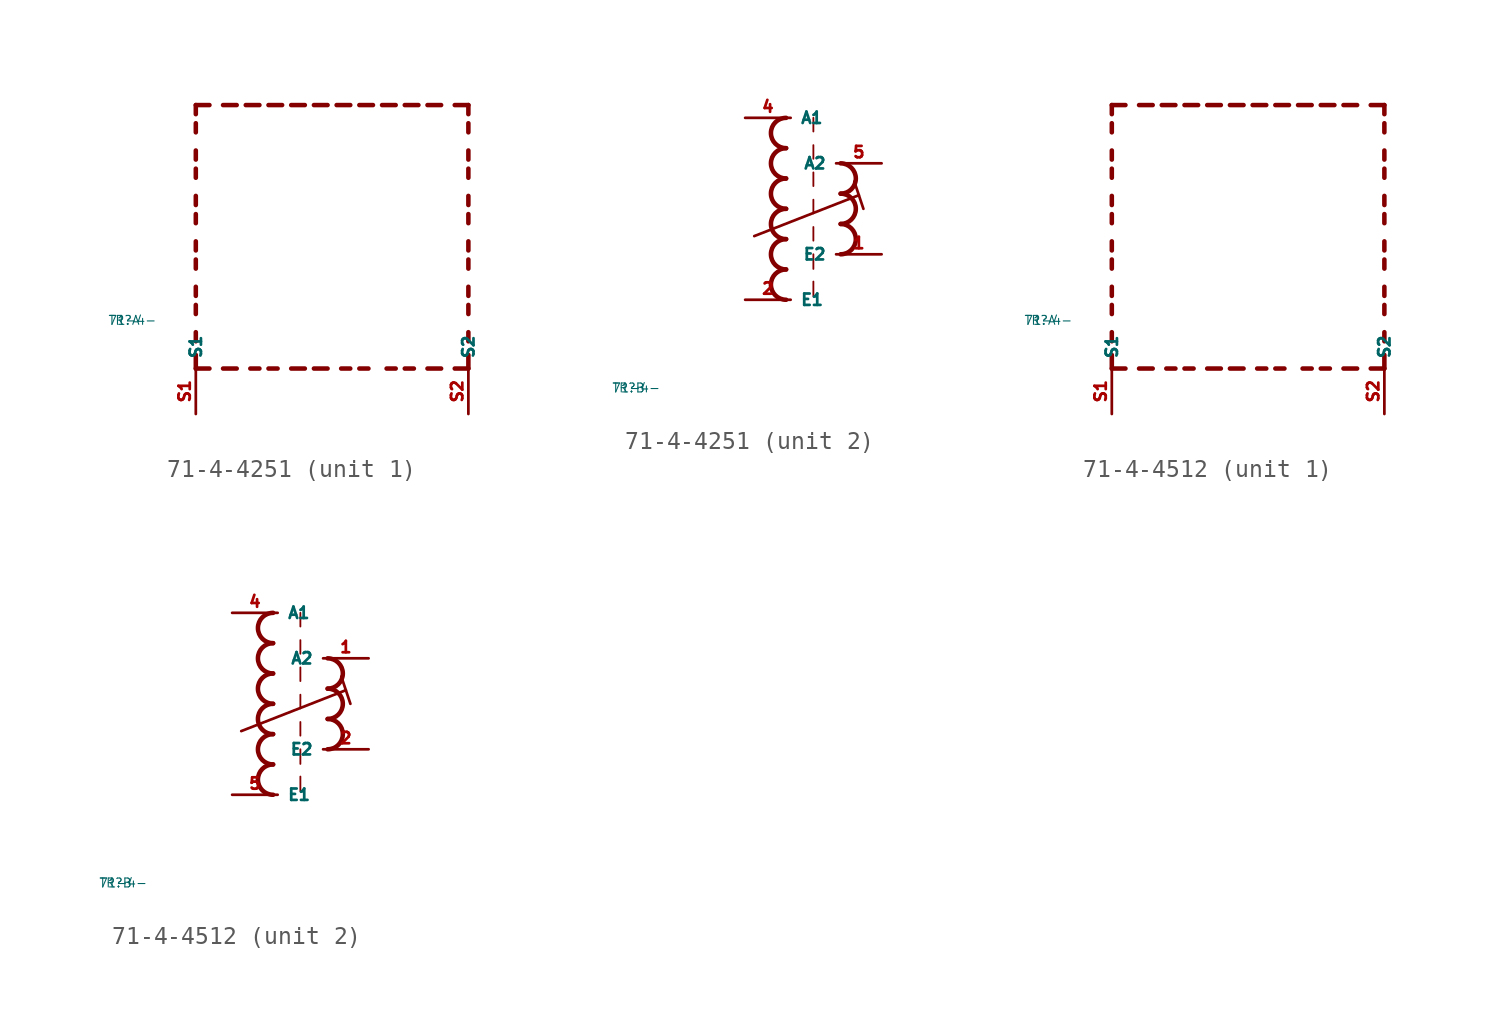
<source format=kicad_sym>
(kicad_symbol_lib
  (version 20220914)
  (generator kicad_symbol_editor)
  (symbol "71-4-4251"
    (property "Reference" "TR"
      (at -10 -10 0)
      (effects (font (size 0.5 0.5) (thickness 0.06)) (justify left)))
    (property "Value" "71-4-"
      (at -10 -10 0)
      (effects (font (size 0.5 0.5) (thickness 0.06)) (justify left)))
    (symbol "71-4-4251_1_0"
      (polyline (pts (xy -5.08 -12.7) (xy -5.08 -11.938)) (stroke (width 0.254) (type default)) (fill (type none)))
      (polyline (pts (xy -5.08 -12.7) (xy -4.318 -12.7)) (stroke (width 0.254) (type default)) (fill (type none)))
      (polyline (pts (xy -5.08 -11.176) (xy -5.08 -10.668)) (stroke (width 0.254) (type default)) (fill (type none)))
      (polyline (pts (xy -5.08 -9.652) (xy -5.08 -9.144)) (stroke (width 0.254) (type default)) (fill (type none)))
      (polyline (pts (xy -5.08 -8.636) (xy -5.08 -8.128)) (stroke (width 0.254) (type default)) (fill (type none)))
      (polyline (pts (xy -5.08 -7.112) (xy -5.08 -6.604)) (stroke (width 0.254) (type default)) (fill (type none)))
      (polyline (pts (xy -5.08 -6.096) (xy -5.08 -5.588)) (stroke (width 0.254) (type default)) (fill (type none)))
      (polyline (pts (xy -5.08 -4.572) (xy -5.08 -4.064)) (stroke (width 0.254) (type default)) (fill (type none)))
      (polyline (pts (xy -5.08 -3.556) (xy -5.08 -3.048)) (stroke (width 0.254) (type default)) (fill (type none)))
      (polyline (pts (xy -5.08 -2.032) (xy -5.08 -1.524)) (stroke (width 0.254) (type default)) (fill (type none)))
      (polyline (pts (xy -5.08 -1.016) (xy -5.08 -0.508)) (stroke (width 0.254) (type default)) (fill (type none)))
      (polyline (pts (xy -5.08 0.508) (xy -5.08 1.016)) (stroke (width 0.254) (type default)) (fill (type none)))
      (polyline (pts (xy -5.08 1.524) (xy -5.08 2.032)) (stroke (width 0.254) (type default)) (fill (type none)))
      (polyline (pts (xy -5.08 2.032) (xy -4.318 2.032)) (stroke (width 0.254) (type default)) (fill (type none)))
      (polyline (pts (xy -3.556 -12.7) (xy -2.794 -12.7)) (stroke (width 0.254) (type default)) (fill (type none)))
      (polyline (pts (xy -3.556 2.032) (xy -2.794 2.032)) (stroke (width 0.254) (type default)) (fill (type none)))
      (polyline (pts (xy -1.524 -12.7) (xy -2.032 -12.7)) (stroke (width 0.254) (type default)) (fill (type none)))
      (polyline (pts (xy -1.524 2.032) (xy -2.286 2.032)) (stroke (width 0.254) (type default)) (fill (type none)))
      (polyline (pts (xy -1.016 2.032) (xy -0.254 2.032)) (stroke (width 0.254) (type default)) (fill (type none)))
      (polyline (pts (xy -0.508 -12.7) (xy -1.016 -12.7)) (stroke (width 0.254) (type default)) (fill (type none)))
      (polyline (pts (xy 1.016 -12.7) (xy 0.254 -12.7)) (stroke (width 0.254) (type default)) (fill (type none)))
      (polyline (pts (xy 1.016 2.032) (xy 0.254 2.032)) (stroke (width 0.254) (type default)) (fill (type none)))
      (polyline (pts (xy 1.524 -12.7) (xy 2.286 -12.7)) (stroke (width 0.254) (type default)) (fill (type none)))
      (polyline (pts (xy 1.524 2.032) (xy 2.286 2.032)) (stroke (width 0.254) (type default)) (fill (type none)))
      (polyline (pts (xy 3.556 -12.7) (xy 3.048 -12.7)) (stroke (width 0.254) (type default)) (fill (type none)))
      (polyline (pts (xy 3.556 2.032) (xy 2.794 2.032)) (stroke (width 0.254) (type default)) (fill (type none)))
      (polyline (pts (xy 4.064 2.032) (xy 4.826 2.032)) (stroke (width 0.254) (type default)) (fill (type none)))
      (polyline (pts (xy 4.572 -12.7) (xy 4.064 -12.7)) (stroke (width 0.254) (type default)) (fill (type none)))
      (polyline (pts (xy 6.096 -12.7) (xy 5.588 -12.7)) (stroke (width 0.254) (type default)) (fill (type none)))
      (polyline (pts (xy 6.096 2.032) (xy 5.334 2.032)) (stroke (width 0.254) (type default)) (fill (type none)))
      (polyline (pts (xy 6.604 2.032) (xy 7.366 2.032)) (stroke (width 0.254) (type default)) (fill (type none)))
      (polyline (pts (xy 7.112 -12.7) (xy 6.604 -12.7)) (stroke (width 0.254) (type default)) (fill (type none)))
      (polyline (pts (xy 8.636 -12.7) (xy 7.874 -12.7)) (stroke (width 0.254) (type default)) (fill (type none)))
      (polyline (pts (xy 8.636 2.032) (xy 7.874 2.032)) (stroke (width 0.254) (type default)) (fill (type none)))
      (polyline (pts (xy 10.16 -12.7) (xy 9.398 -12.7)) (stroke (width 0.254) (type default)) (fill (type none)))
      (polyline (pts (xy 10.16 -12.7) (xy 10.16 -11.938)) (stroke (width 0.254) (type default)) (fill (type none)))
      (polyline (pts (xy 10.16 -11.176) (xy 10.16 -10.668)) (stroke (width 0.254) (type default)) (fill (type none)))
      (polyline (pts (xy 10.16 -9.652) (xy 10.16 -9.144)) (stroke (width 0.254) (type default)) (fill (type none)))
      (polyline (pts (xy 10.16 -8.636) (xy 10.16 -8.128)) (stroke (width 0.254) (type default)) (fill (type none)))
      (polyline (pts (xy 10.16 -7.112) (xy 10.16 -6.604)) (stroke (width 0.254) (type default)) (fill (type none)))
      (polyline (pts (xy 10.16 -6.096) (xy 10.16 -5.588)) (stroke (width 0.254) (type default)) (fill (type none)))
      (polyline (pts (xy 10.16 -4.572) (xy 10.16 -4.064)) (stroke (width 0.254) (type default)) (fill (type none)))
      (polyline (pts (xy 10.16 -3.556) (xy 10.16 -3.048)) (stroke (width 0.254) (type default)) (fill (type none)))
      (polyline (pts (xy 10.16 -2.032) (xy 10.16 -1.524)) (stroke (width 0.254) (type default)) (fill (type none)))
      (polyline (pts (xy 10.16 -1.016) (xy 10.16 -0.508)) (stroke (width 0.254) (type default)) (fill (type none)))
      (polyline (pts (xy 10.16 0.508) (xy 10.16 1.016)) (stroke (width 0.254) (type default)) (fill (type none)))
      (polyline (pts (xy 10.16 1.524) (xy 10.16 2.032)) (stroke (width 0.254) (type default)) (fill (type none)))
      (polyline (pts (xy 10.16 2.032) (xy 9.398 2.032)) (stroke (width 0.254) (type default)) (fill (type none)))
      (pin passive line (at -5.08 -15.24 90) (length 2.54) (name "S1" (effects (font (size 0.635 0.635)))) (number "S1" (effects (font (size 0.635 0.635)))))
      (pin passive line (at 10.16 -15.24 90) (length 2.54) (name "S2" (effects (font (size 0.635 0.635)))) (number "S2" (effects (font (size 0.635 0.635))))))
    (symbol "71-4-4251_2_0"
      (arc (start -0.254 -3.3866) (mid -1.1004 -4.2333) (end -0.254 -5.08) (stroke (width 0.254) (type default)) (fill (type none)))
      (arc (start -0.254 -1.6932) (mid -1.1004 -2.5399) (end -0.254 -3.3866) (stroke (width 0.254) (type default)) (fill (type none)))
      (arc (start -0.254 0) (mid -1.1004 -0.8467) (end -0.254 -1.6934) (stroke (width 0.254) (type default)) (fill (type none)))
      (arc (start -0.254 1.6934) (mid -1.1004 0.8467) (end -0.254 0) (stroke (width 0.254) (type default)) (fill (type none)))
      (arc (start -0.254 3.3866) (mid -1.1002 2.54) (end -0.254 1.6934) (stroke (width 0.254) (type default)) (fill (type none)))
      (arc (start -0.254 5.08) (mid -1.1004 4.2333) (end -0.254 3.3866) (stroke (width 0.254) (type default)) (fill (type none)))
      (polyline (pts (xy -2.032 -1.524) (xy 3.81 0.762)) (stroke (width 0.152) (type default)) (fill (type none)))
      (polyline (pts (xy 1.27 -4.064) (xy 1.27 -4.88)) (stroke (width 0.102) (type default)) (fill (type none)))
      (polyline (pts (xy 1.27 -2.54) (xy 1.27 -3.356)) (stroke (width 0.102) (type default)) (fill (type none)))
      (polyline (pts (xy 1.27 -1.016) (xy 1.27 -1.778)) (stroke (width 0.102) (type default)) (fill (type none)))
      (polyline (pts (xy 1.27 0.508) (xy 1.27 -0.254)) (stroke (width 0.102) (type default)) (fill (type none)))
      (polyline (pts (xy 1.27 2.032) (xy 1.27 1.27)) (stroke (width 0.102) (type default)) (fill (type none)))
      (polyline (pts (xy 1.27 3.556) (xy 1.27 2.794)) (stroke (width 0.102) (type default)) (fill (type none)))
      (polyline (pts (xy 1.27 5.08) (xy 1.27 4.318)) (stroke (width 0.102) (type default)) (fill (type none)))
      (polyline (pts (xy 3.556 1.524) (xy 4.064 0)) (stroke (width 0.152) (type default)) (fill (type none)))
      (arc (start 2.794 -2.54) (mid 3.6404 -1.6933) (end 2.794 -0.8466) (stroke (width 0.254) (type default)) (fill (type none)))
      (arc (start 2.794 -0.8466) (mid 3.6402 0) (end 2.794 0.8466) (stroke (width 0.254) (type default)) (fill (type none)))
      (arc (start 2.794 0.8466) (mid 3.6404 1.6933) (end 2.794 2.54) (stroke (width 0.254) (type default)) (fill (type none)))
      (pin passive line (at 5.08 -2.54 180) (length 2.54) (name "E2" (effects (font (size 0.635 0.635)))) (number "1" (effects (font (size 0.635 0.635)))))
      (pin passive line (at -2.54 -5.08 0) (length 2.54) (name "E1" (effects (font (size 0.635 0.635)))) (number "2" (effects (font (size 0.635 0.635)))))
      (pin passive line (at -2.54 5.08 0) (length 2.54) (name "A1" (effects (font (size 0.635 0.635)))) (number "4" (effects (font (size 0.635 0.635)))))
      (pin passive line (at 5.08 2.54 180) (length 2.54) (name "A2" (effects (font (size 0.635 0.635)))) (number "5" (effects (font (size 0.635 0.635)))))))
  (symbol "71-4-4512"
    (property "Reference" "TR"
      (at -10 -10 0)
      (effects (font (size 0.5 0.5) (thickness 0.06)) (justify left)))
    (property "Value" "71-4-"
      (at -10 -10 0)
      (effects (font (size 0.5 0.5) (thickness 0.06)) (justify left)))
    (symbol "71-4-4512_1_0"
      (polyline (pts (xy -5.08 -12.7) (xy -5.08 -11.938)) (stroke (width 0.254) (type default)) (fill (type none)))
      (polyline (pts (xy -5.08 -12.7) (xy -4.318 -12.7)) (stroke (width 0.254) (type default)) (fill (type none)))
      (polyline (pts (xy -5.08 -11.176) (xy -5.08 -10.668)) (stroke (width 0.254) (type default)) (fill (type none)))
      (polyline (pts (xy -5.08 -9.652) (xy -5.08 -9.144)) (stroke (width 0.254) (type default)) (fill (type none)))
      (polyline (pts (xy -5.08 -8.636) (xy -5.08 -8.128)) (stroke (width 0.254) (type default)) (fill (type none)))
      (polyline (pts (xy -5.08 -7.112) (xy -5.08 -6.604)) (stroke (width 0.254) (type default)) (fill (type none)))
      (polyline (pts (xy -5.08 -6.096) (xy -5.08 -5.588)) (stroke (width 0.254) (type default)) (fill (type none)))
      (polyline (pts (xy -5.08 -4.572) (xy -5.08 -4.064)) (stroke (width 0.254) (type default)) (fill (type none)))
      (polyline (pts (xy -5.08 -3.556) (xy -5.08 -3.048)) (stroke (width 0.254) (type default)) (fill (type none)))
      (polyline (pts (xy -5.08 -2.032) (xy -5.08 -1.524)) (stroke (width 0.254) (type default)) (fill (type none)))
      (polyline (pts (xy -5.08 -1.016) (xy -5.08 -0.508)) (stroke (width 0.254) (type default)) (fill (type none)))
      (polyline (pts (xy -5.08 0.508) (xy -5.08 1.016)) (stroke (width 0.254) (type default)) (fill (type none)))
      (polyline (pts (xy -5.08 1.524) (xy -5.08 2.032)) (stroke (width 0.254) (type default)) (fill (type none)))
      (polyline (pts (xy -5.08 2.032) (xy -4.318 2.032)) (stroke (width 0.254) (type default)) (fill (type none)))
      (polyline (pts (xy -3.556 -12.7) (xy -2.794 -12.7)) (stroke (width 0.254) (type default)) (fill (type none)))
      (polyline (pts (xy -3.556 2.032) (xy -2.794 2.032)) (stroke (width 0.254) (type default)) (fill (type none)))
      (polyline (pts (xy -1.524 -12.7) (xy -2.032 -12.7)) (stroke (width 0.254) (type default)) (fill (type none)))
      (polyline (pts (xy -1.524 2.032) (xy -2.286 2.032)) (stroke (width 0.254) (type default)) (fill (type none)))
      (polyline (pts (xy -1.016 2.032) (xy -0.254 2.032)) (stroke (width 0.254) (type default)) (fill (type none)))
      (polyline (pts (xy -0.508 -12.7) (xy -1.016 -12.7)) (stroke (width 0.254) (type default)) (fill (type none)))
      (polyline (pts (xy 1.016 -12.7) (xy 0.254 -12.7)) (stroke (width 0.254) (type default)) (fill (type none)))
      (polyline (pts (xy 1.016 2.032) (xy 0.254 2.032)) (stroke (width 0.254) (type default)) (fill (type none)))
      (polyline (pts (xy 1.524 -12.7) (xy 2.286 -12.7)) (stroke (width 0.254) (type default)) (fill (type none)))
      (polyline (pts (xy 1.524 2.032) (xy 2.286 2.032)) (stroke (width 0.254) (type default)) (fill (type none)))
      (polyline (pts (xy 3.556 -12.7) (xy 3.048 -12.7)) (stroke (width 0.254) (type default)) (fill (type none)))
      (polyline (pts (xy 3.556 2.032) (xy 2.794 2.032)) (stroke (width 0.254) (type default)) (fill (type none)))
      (polyline (pts (xy 4.064 2.032) (xy 4.826 2.032)) (stroke (width 0.254) (type default)) (fill (type none)))
      (polyline (pts (xy 4.572 -12.7) (xy 4.064 -12.7)) (stroke (width 0.254) (type default)) (fill (type none)))
      (polyline (pts (xy 6.096 -12.7) (xy 5.588 -12.7)) (stroke (width 0.254) (type default)) (fill (type none)))
      (polyline (pts (xy 6.096 2.032) (xy 5.334 2.032)) (stroke (width 0.254) (type default)) (fill (type none)))
      (polyline (pts (xy 6.604 2.032) (xy 7.366 2.032)) (stroke (width 0.254) (type default)) (fill (type none)))
      (polyline (pts (xy 7.112 -12.7) (xy 6.604 -12.7)) (stroke (width 0.254) (type default)) (fill (type none)))
      (polyline (pts (xy 8.636 -12.7) (xy 7.874 -12.7)) (stroke (width 0.254) (type default)) (fill (type none)))
      (polyline (pts (xy 8.636 2.032) (xy 7.874 2.032)) (stroke (width 0.254) (type default)) (fill (type none)))
      (polyline (pts (xy 10.16 -12.7) (xy 9.398 -12.7)) (stroke (width 0.254) (type default)) (fill (type none)))
      (polyline (pts (xy 10.16 -12.7) (xy 10.16 -11.938)) (stroke (width 0.254) (type default)) (fill (type none)))
      (polyline (pts (xy 10.16 -11.176) (xy 10.16 -10.668)) (stroke (width 0.254) (type default)) (fill (type none)))
      (polyline (pts (xy 10.16 -9.652) (xy 10.16 -9.144)) (stroke (width 0.254) (type default)) (fill (type none)))
      (polyline (pts (xy 10.16 -8.636) (xy 10.16 -8.128)) (stroke (width 0.254) (type default)) (fill (type none)))
      (polyline (pts (xy 10.16 -7.112) (xy 10.16 -6.604)) (stroke (width 0.254) (type default)) (fill (type none)))
      (polyline (pts (xy 10.16 -6.096) (xy 10.16 -5.588)) (stroke (width 0.254) (type default)) (fill (type none)))
      (polyline (pts (xy 10.16 -4.572) (xy 10.16 -4.064)) (stroke (width 0.254) (type default)) (fill (type none)))
      (polyline (pts (xy 10.16 -3.556) (xy 10.16 -3.048)) (stroke (width 0.254) (type default)) (fill (type none)))
      (polyline (pts (xy 10.16 -2.032) (xy 10.16 -1.524)) (stroke (width 0.254) (type default)) (fill (type none)))
      (polyline (pts (xy 10.16 -1.016) (xy 10.16 -0.508)) (stroke (width 0.254) (type default)) (fill (type none)))
      (polyline (pts (xy 10.16 0.508) (xy 10.16 1.016)) (stroke (width 0.254) (type default)) (fill (type none)))
      (polyline (pts (xy 10.16 1.524) (xy 10.16 2.032)) (stroke (width 0.254) (type default)) (fill (type none)))
      (polyline (pts (xy 10.16 2.032) (xy 9.398 2.032)) (stroke (width 0.254) (type default)) (fill (type none)))
      (pin passive line (at -5.08 -15.24 90) (length 2.54) (name "S1" (effects (font (size 0.635 0.635)))) (number "S1" (effects (font (size 0.635 0.635)))))
      (pin passive line (at 10.16 -15.24 90) (length 2.54) (name "S2" (effects (font (size 0.635 0.635)))) (number "S2" (effects (font (size 0.635 0.635))))))
    (symbol "71-4-4512_2_0"
      (arc (start -0.254 -3.3866) (mid -1.1004 -4.2333) (end -0.254 -5.08) (stroke (width 0.254) (type default)) (fill (type none)))
      (arc (start -0.254 -1.6932) (mid -1.1004 -2.5399) (end -0.254 -3.3866) (stroke (width 0.254) (type default)) (fill (type none)))
      (arc (start -0.254 0) (mid -1.1004 -0.8467) (end -0.254 -1.6934) (stroke (width 0.254) (type default)) (fill (type none)))
      (arc (start -0.254 1.6934) (mid -1.1004 0.8467) (end -0.254 0) (stroke (width 0.254) (type default)) (fill (type none)))
      (arc (start -0.254 3.3866) (mid -1.1002 2.54) (end -0.254 1.6934) (stroke (width 0.254) (type default)) (fill (type none)))
      (arc (start -0.254 5.08) (mid -1.1004 4.2333) (end -0.254 3.3866) (stroke (width 0.254) (type default)) (fill (type none)))
      (polyline (pts (xy -2.032 -1.524) (xy 3.81 0.762)) (stroke (width 0.152) (type default)) (fill (type none)))
      (polyline (pts (xy 1.27 -4.064) (xy 1.27 -4.88)) (stroke (width 0.102) (type default)) (fill (type none)))
      (polyline (pts (xy 1.27 -2.54) (xy 1.27 -3.356)) (stroke (width 0.102) (type default)) (fill (type none)))
      (polyline (pts (xy 1.27 -1.016) (xy 1.27 -1.778)) (stroke (width 0.102) (type default)) (fill (type none)))
      (polyline (pts (xy 1.27 0.508) (xy 1.27 -0.254)) (stroke (width 0.102) (type default)) (fill (type none)))
      (polyline (pts (xy 1.27 2.032) (xy 1.27 1.27)) (stroke (width 0.102) (type default)) (fill (type none)))
      (polyline (pts (xy 1.27 3.556) (xy 1.27 2.794)) (stroke (width 0.102) (type default)) (fill (type none)))
      (polyline (pts (xy 1.27 5.08) (xy 1.27 4.318)) (stroke (width 0.102) (type default)) (fill (type none)))
      (polyline (pts (xy 3.556 1.524) (xy 4.064 0)) (stroke (width 0.152) (type default)) (fill (type none)))
      (arc (start 2.794 -2.54) (mid 3.6404 -1.6933) (end 2.794 -0.8466) (stroke (width 0.254) (type default)) (fill (type none)))
      (arc (start 2.794 -0.8466) (mid 3.6402 0) (end 2.794 0.8466) (stroke (width 0.254) (type default)) (fill (type none)))
      (arc (start 2.794 0.8466) (mid 3.6404 1.6933) (end 2.794 2.54) (stroke (width 0.254) (type default)) (fill (type none)))
      (pin passive line (at 5.08 2.54 180) (length 2.54) (name "A2" (effects (font (size 0.635 0.635)))) (number "1" (effects (font (size 0.635 0.635)))))
      (pin passive line (at 5.08 -2.54 180) (length 2.54) (name "E2" (effects (font (size 0.635 0.635)))) (number "2" (effects (font (size 0.635 0.635)))))
      (pin passive line (at -2.54 5.08 0) (length 2.54) (name "A1" (effects (font (size 0.635 0.635)))) (number "4" (effects (font (size 0.635 0.635)))))
      (pin passive line (at -2.54 -5.08 0) (length 2.54) (name "E1" (effects (font (size 0.635 0.635)))) (number "5" (effects (font (size 0.635 0.635))))))))
</source>
